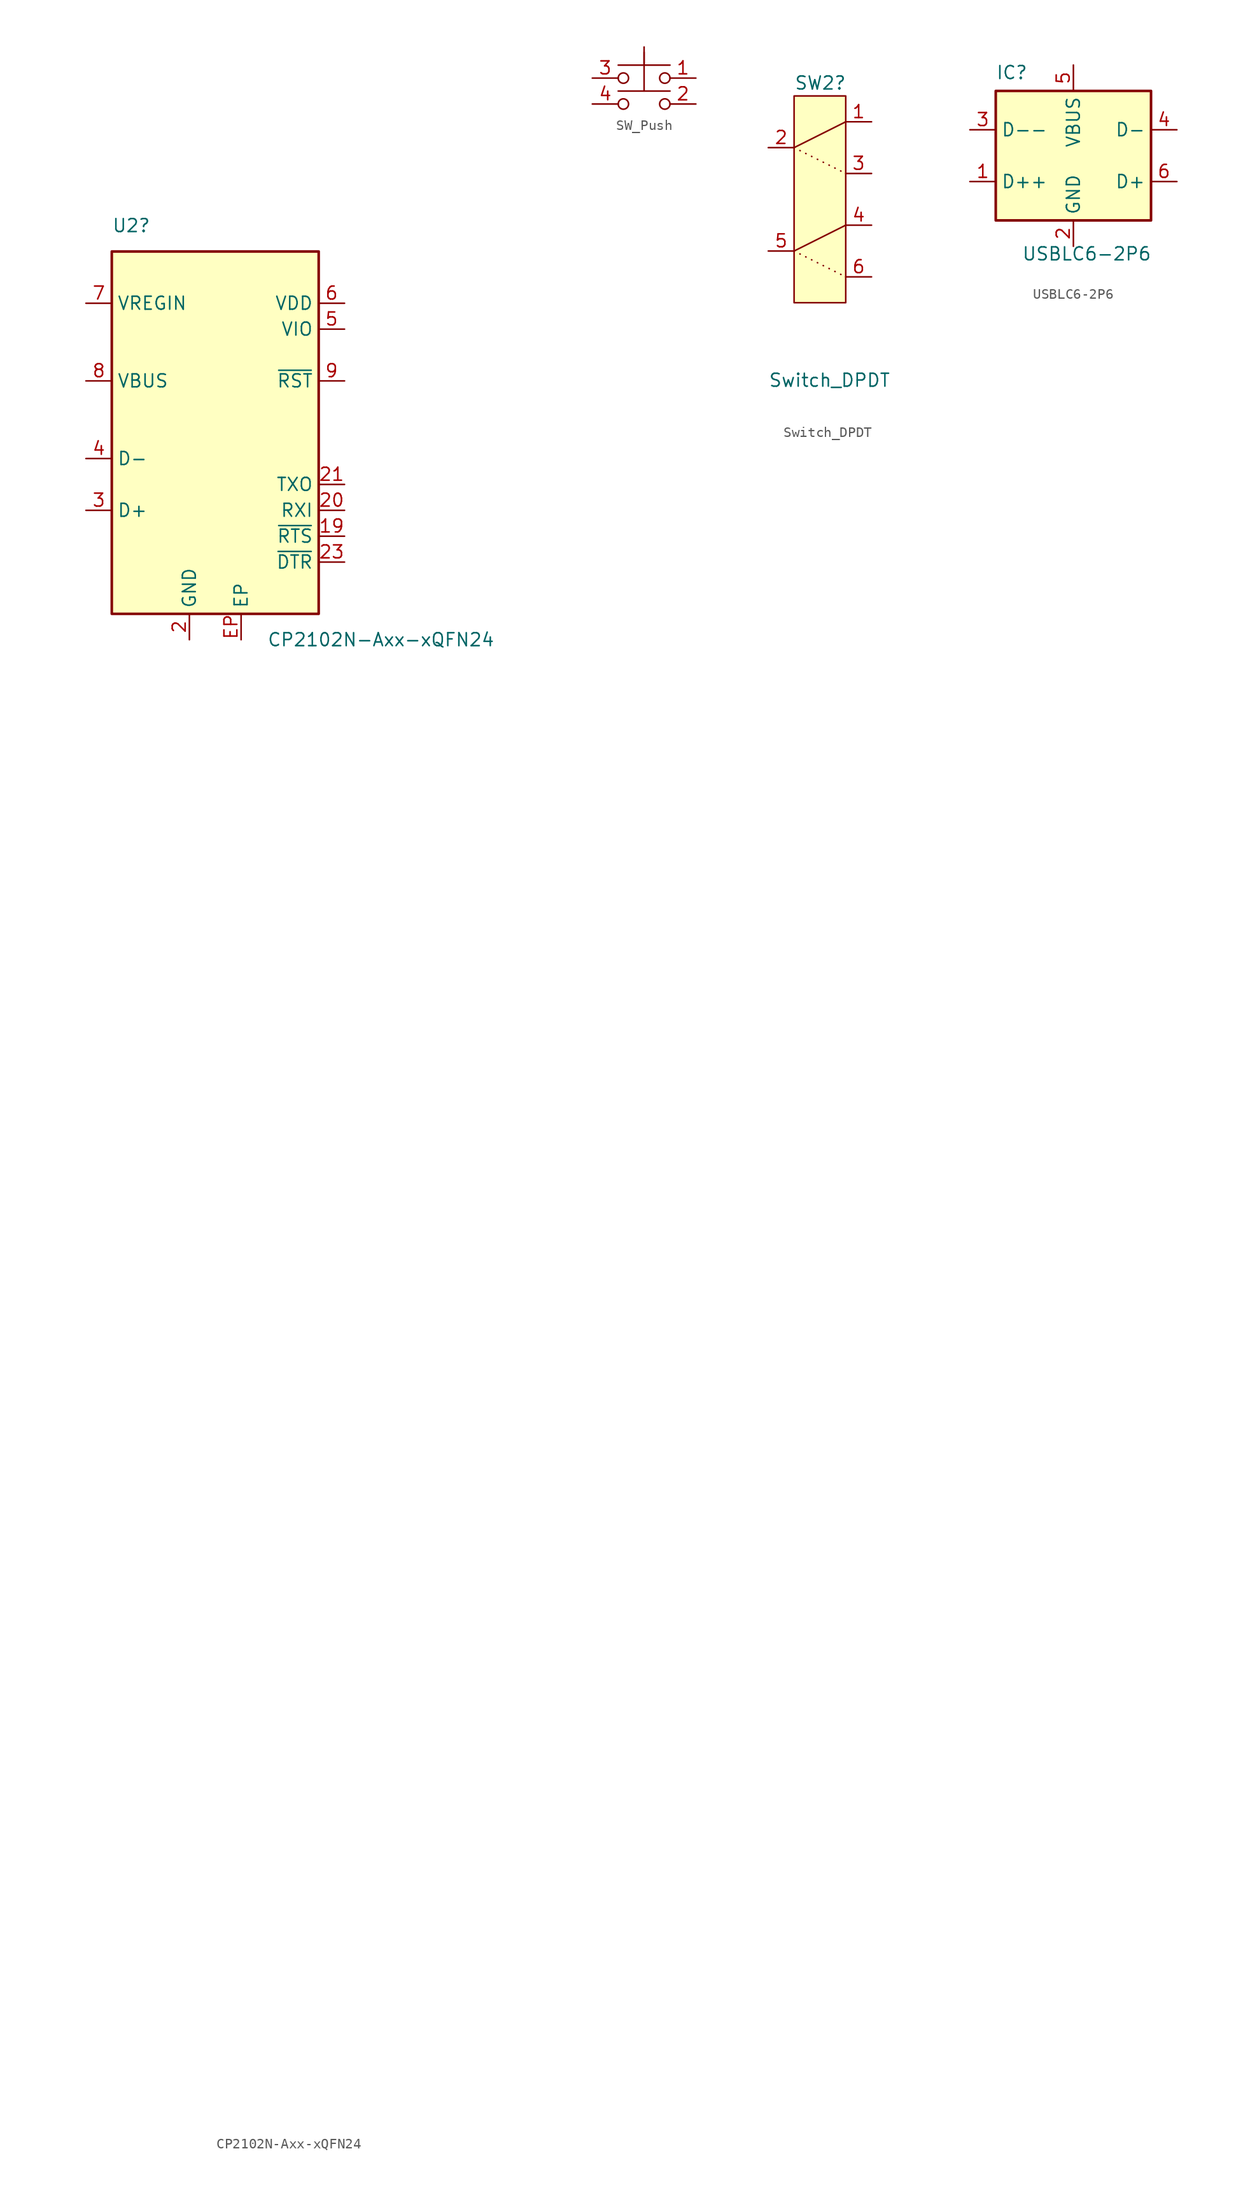
<source format=kicad_sym>
(kicad_symbol_lib
  (version 20231120)
  (generator "kicad_symbol_editor")
  (generator_version "8.0")
  (symbol "CP2102N-Axx-xQFN24"
    (property "Reference" "U2"
      (at -10.16 27.94 0)
      (effects (font (size 1.27 1.27)) (justify left)))
    (property "Value" "CP2102N-Axx-xQFN24"
      (at 5.08 -12.7 0)
      (effects (font (size 1.27 1.27)) (justify left)))
    (symbol "CP2102N-Axx-xQFN24_0_1"
      (rectangle (start -10.16 25.4) (end 10.16 -10.16) (stroke (width 0.254) (type default)) (fill (type background))))
    (symbol "CP2102N-Axx-xQFN24_1_1"
      (pin no_connect line (at 0 -109.22 180) (length 2.54) hide (name "~{RI}/CLK" (effects (font (size 1.27 1.27)))) (number "1" (effects (font (size 1.27 1.27)))))
      (pin no_connect line (at 0 -111.76 180) (length 2.54) hide (name "NC" (effects (font (size 1.27 1.27)))) (number "10" (effects (font (size 1.27 1.27)))))
      (pin no_connect line (at 0 -114.3 180) (length 2.54) hide (name "~{WAKEUP}/GPIO.3" (effects (font (size 1.27 1.27)))) (number "11" (effects (font (size 1.27 1.27)))))
      (pin no_connect line (at 0 -116.84 180) (length 2.54) hide (name "RS485/GPIO.2" (effects (font (size 1.27 1.27)))) (number "12" (effects (font (size 1.27 1.27)))))
      (pin no_connect line (at 0 -119.38 180) (length 2.54) hide (name "~{RXT}/GPIO.1" (effects (font (size 1.27 1.27)))) (number "13" (effects (font (size 1.27 1.27)))))
      (pin no_connect line (at 0 -121.92 180) (length 2.54) hide (name "~{TXT}/GPIO.0" (effects (font (size 1.27 1.27)))) (number "14" (effects (font (size 1.27 1.27)))))
      (pin no_connect line (at 0 -124.46 180) (length 2.54) hide (name "~{SUSPEND}" (effects (font (size 1.27 1.27)))) (number "15" (effects (font (size 1.27 1.27)))))
      (pin no_connect line (at 0 -127 180) (length 2.54) hide (name "NC" (effects (font (size 1.27 1.27)))) (number "16" (effects (font (size 1.27 1.27)))))
      (pin no_connect line (at 0 -129.54 180) (length 2.54) hide (name "SUSPEND" (effects (font (size 1.27 1.27)))) (number "17" (effects (font (size 1.27 1.27)))))
      (pin no_connect line (at 0 -132.08 180) (length 2.54) hide (name "~{CTS}" (effects (font (size 1.27 1.27)))) (number "18" (effects (font (size 1.27 1.27)))))
      (pin output line (at 12.7 -2.54 180) (length 2.54) (name "~{RTS}" (effects (font (size 1.27 1.27)))) (number "19" (effects (font (size 1.27 1.27)))))
      (pin power_in line (at -2.54 -12.7 90) (length 2.54) (name "GND" (effects (font (size 1.27 1.27)))) (number "2" (effects (font (size 1.27 1.27)))))
      (pin input line (at 12.7 0 180) (length 2.54) (name "RXI" (effects (font (size 1.27 1.27)))) (number "20" (effects (font (size 1.27 1.27)))))
      (pin output line (at 12.7 2.54 180) (length 2.54) (name "TXO" (effects (font (size 1.27 1.27)))) (number "21" (effects (font (size 1.27 1.27)))))
      (pin no_connect line (at 0 -137.16 180) (length 2.54) hide (name "~{DSR}" (effects (font (size 1.27 1.27)))) (number "22" (effects (font (size 1.27 1.27)))))
      (pin output line (at 12.7 -5.08 180) (length 2.54) (name "~{DTR}" (effects (font (size 1.27 1.27)))) (number "23" (effects (font (size 1.27 1.27)))))
      (pin no_connect line (at 0 -142.24 180) (length 2.54) hide (name "~{DCD}" (effects (font (size 1.27 1.27)))) (number "24" (effects (font (size 1.27 1.27)))))
      (pin bidirectional line (at -12.7 0 0) (length 2.54) (name "D+" (effects (font (size 1.27 1.27)))) (number "3" (effects (font (size 1.27 1.27)))))
      (pin bidirectional line (at -12.7 5.08 0) (length 2.54) (name "D-" (effects (font (size 1.27 1.27)))) (number "4" (effects (font (size 1.27 1.27)))))
      (pin power_in line (at 12.7 17.78 180) (length 2.54) (name "VIO" (effects (font (size 1.27 1.27)))) (number "5" (effects (font (size 1.27 1.27)))))
      (pin power_out line (at 12.7 20.32 180) (length 2.54) (name "VDD" (effects (font (size 1.27 1.27)))) (number "6" (effects (font (size 1.27 1.27)))))
      (pin power_in line (at -12.7 20.32 0) (length 2.54) (name "VREGIN" (effects (font (size 1.27 1.27)))) (number "7" (effects (font (size 1.27 1.27)))))
      (pin input line (at -12.7 12.7 0) (length 2.54) (name "VBUS" (effects (font (size 1.27 1.27)))) (number "8" (effects (font (size 1.27 1.27)))))
      (pin input line (at 12.7 12.7 180) (length 2.54) (name "~{RST}" (effects (font (size 1.27 1.27)))) (number "9" (effects (font (size 1.27 1.27)))))
      (pin power_in line (at 2.54 -12.7 90) (length 2.54) (name "EP" (effects (font (size 1.27 1.27)))) (number "EP" (effects (font (size 1.27 1.27)))))))
  (symbol "SW_Push"
    (pin_names
      (offset 1.016) hide)
    (property "Reference" "SW1"
      (at 5.588 7.62 0)
      (effects (font (size 1.27 1.27)) (justify left) (hide yes)))
    (symbol "SW_Push_0_1"
      (circle (center -2.032 -2.54) (radius 0.508) (stroke (width 0) (type default)) (fill (type none)))
      (circle (center -2.032 0) (radius 0.508) (stroke (width 0) (type default)) (fill (type none)))
      (polyline (pts (xy 0 -1.27) (xy 0 2.54)) (stroke (width 0) (type default)) (fill (type none)))
      (polyline (pts (xy 0 1.27) (xy 0 3.048)) (stroke (width 0) (type default)) (fill (type none)))
      (polyline (pts (xy 2.54 -1.27) (xy -2.54 -1.27)) (stroke (width 0) (type default)) (fill (type none)))
      (polyline (pts (xy 2.54 1.27) (xy -2.54 1.27)) (stroke (width 0) (type default)) (fill (type none)))
      (circle (center 2.032 -2.54) (radius 0.508) (stroke (width 0) (type default)) (fill (type none)))
      (circle (center 2.032 0) (radius 0.508) (stroke (width 0) (type default)) (fill (type none))))
    (symbol "SW_Push_1_1"
      (pin passive line (at 5.08 0 180) (length 2.54) (name "1" (effects (font (size 1.27 1.27)))) (number "1" (effects (font (size 1.27 1.27)))))
      (pin passive line (at 5.08 -2.54 180) (length 2.54) (name "2" (effects (font (size 1.27 1.27)))) (number "2" (effects (font (size 1.27 1.27)))))
      (pin passive line (at -5.08 0 0) (length 2.54) (name "3" (effects (font (size 1.27 1.27)))) (number "3" (effects (font (size 1.27 1.27)))))
      (pin passive line (at -5.08 -2.54 0) (length 2.54) (name "4" (effects (font (size 1.27 1.27)))) (number "4" (effects (font (size 1.27 1.27)))))))
  (symbol "Switch_DPDT"
    (pin_names
      (offset 0) hide)
    (property "Reference" "SW2"
      (at -2.54 11.43 0)
      (effects (font (size 1.27 1.27)) (justify left)))
    (property "Value" "Switch_DPDT"
      (at -5.08 -17.78 0)
      (effects (font (size 1.27 1.27)) (justify left)))
    (symbol "Switch_DPDT_0_1"
      (polyline (pts (xy -2.54 -5.08) (xy 2.54 -2.54)) (stroke (width 0) (type default)) (fill (type none)))
      (polyline (pts (xy -2.54 5.08) (xy 2.54 7.62)) (stroke (width 0) (type default)) (fill (type none))))
    (symbol "Switch_DPDT_1_1"
      (rectangle (start -2.54 10.16) (end 2.54 -10.16) (stroke (width 0) (type default)) (fill (type background)))
      (polyline (pts (xy -2.54 -5.08) (xy 2.54 -7.62)) (stroke (width 0) (type dot)) (fill (type none)))
      (polyline (pts (xy -2.54 5.08) (xy 2.54 2.54)) (stroke (width 0) (type dot)) (fill (type none)))
      (pin passive line (at 5.08 7.62 180) (length 2.54) (name "A" (effects (font (size 1.27 1.27)))) (number "1" (effects (font (size 1.27 1.27)))))
      (pin passive line (at -5.08 5.08 0) (length 2.54) (name "B" (effects (font (size 1.27 1.27)))) (number "2" (effects (font (size 1.27 1.27)))))
      (pin passive line (at 5.08 2.54 180) (length 2.54) (name "C" (effects (font (size 1.27 1.27)))) (number "3" (effects (font (size 1.27 1.27)))))
      (pin passive line (at 5.08 -2.54 180) (length 2.54) (name "A" (effects (font (size 1.27 1.27)))) (number "4" (effects (font (size 1.27 1.27)))))
      (pin passive line (at -5.08 -5.08 0) (length 2.54) (name "B" (effects (font (size 1.27 1.27)))) (number "5" (effects (font (size 1.27 1.27)))))
      (pin passive line (at 5.08 -7.62 180) (length 2.54) (name "C" (effects (font (size 1.27 1.27)))) (number "6" (effects (font (size 1.27 1.27)))))))
  (symbol "USBLC6-2P6"
    (property "Reference" "IC"
      (at -7.62 8.89 0)
      (effects (font (size 1.27 1.27)) (justify left top)))
    (property "Value" "USBLC6-2P6"
      (at -5.08 -8.89 0)
      (effects (font (size 1.27 1.27)) (justify left top)))
    (symbol "USBLC6-2P6_1_1"
      (rectangle (start -7.62 6.35) (end 7.62 -6.35) (stroke (width 0.254) (type default)) (fill (type background)))
      (pin bidirectional line (at -10.16 -2.54 0) (length 2.54) (name "D++" (effects (font (size 1.27 1.27)))) (number "1" (effects (font (size 1.27 1.27)))))
      (pin power_in line (at 0 -8.89 90) (length 2.54) (name "GND" (effects (font (size 1.27 1.27)))) (number "2" (effects (font (size 1.27 1.27)))))
      (pin bidirectional line (at -10.16 2.54 0) (length 2.54) (name "D--" (effects (font (size 1.27 1.27)))) (number "3" (effects (font (size 1.27 1.27)))))
      (pin bidirectional line (at 10.16 2.54 180) (length 2.54) (name "D-" (effects (font (size 1.27 1.27)))) (number "4" (effects (font (size 1.27 1.27)))))
      (pin power_in line (at 0 8.89 270) (length 2.54) (name "VBUS" (effects (font (size 1.27 1.27)))) (number "5" (effects (font (size 1.27 1.27)))))
      (pin bidirectional line (at 10.16 -2.54 180) (length 2.54) (name "D+" (effects (font (size 1.27 1.27)))) (number "6" (effects (font (size 1.27 1.27))))))))
</source>
